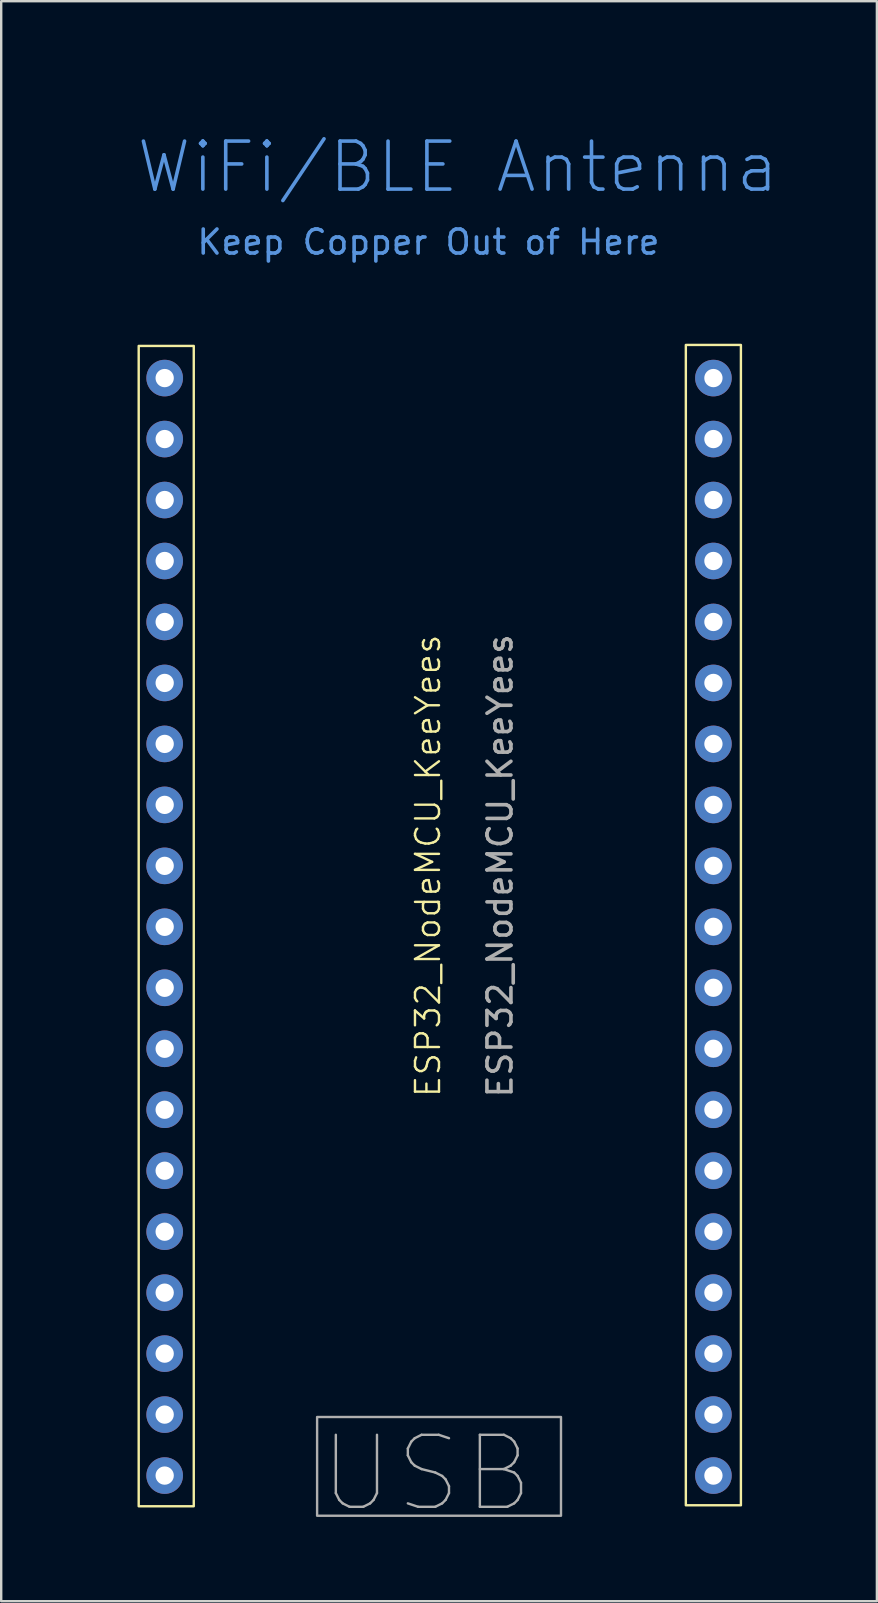
<source format=kicad_pcb>
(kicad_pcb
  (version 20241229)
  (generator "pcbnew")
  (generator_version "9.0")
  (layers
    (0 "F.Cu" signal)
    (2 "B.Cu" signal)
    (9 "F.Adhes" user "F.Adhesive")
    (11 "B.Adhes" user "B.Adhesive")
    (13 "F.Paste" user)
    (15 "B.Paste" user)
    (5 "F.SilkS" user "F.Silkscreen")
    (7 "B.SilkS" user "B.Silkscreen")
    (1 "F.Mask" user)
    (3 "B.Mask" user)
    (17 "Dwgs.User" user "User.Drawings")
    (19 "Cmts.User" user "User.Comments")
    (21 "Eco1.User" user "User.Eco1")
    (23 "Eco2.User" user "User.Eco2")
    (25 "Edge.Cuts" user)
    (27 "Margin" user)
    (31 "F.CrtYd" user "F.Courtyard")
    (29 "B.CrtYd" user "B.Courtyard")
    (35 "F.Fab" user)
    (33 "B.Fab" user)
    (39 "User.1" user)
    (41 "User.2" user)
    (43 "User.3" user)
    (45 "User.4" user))
  (footprint "ESP32_NodeMCU_KeeYees"
    (layer "F.Cu")
    (at 15.24 33.02)
    (property "Reference" "ESP32_NodeMCU_KeeYees" (at -0.46 0 90) (unlocked yes) (layer "F.SilkS") (effects (font (size 1 1) (thickness 0.1))))
    (attr through_hole)
    (fp_rect (start -12.512 -21.66) (end -10.218 26.678) (stroke (width 0.1) (type default)) (fill no) (layer "F.SilkS"))
    (fp_rect (start 10.281 -21.7) (end 12.575 26.638) (stroke (width 0.1) (type default)) (fill no) (layer "F.SilkS"))
    (fp_rect (start -5.08 22.96) (end 5.08 27.073) (stroke (width 0.1) (type default)) (fill no) (layer "F.Fab"))
    (fp_text user "Keep Copper Out of Here" (at -10.16 -25.4 0) (unlocked yes) (layer "Cmts.User") (effects (font (size 1 1) (thickness 0.15)) (justify left bottom)))
    (fp_text user "WiFi/BLE Antenna" (at -12.7 -27.94 0) (unlocked yes) (layer "Cmts.User") (effects (font (size 2 2) (thickness 0.15)) (justify left bottom)))
    (fp_text user "USB" (at -5.08 27.073 0) (unlocked yes) (layer "F.Fab") (effects (font (size 3 3) (thickness 0.1)) (justify left bottom)))
    (fp_text user "${REFERENCE}" (at 2.54 0 90) (unlocked yes) (layer "F.Fab") (effects (font (size 1 1) (thickness 0.15))))
    (pad "1" thru_hole circle (at -11.43 -20.32) (size 1.524 1.524) (drill 0.762) (layers "*.Cu" "*.Mask"))
    (pad "2" thru_hole circle (at -11.43 -17.78) (size 1.524 1.524) (drill 0.762) (layers "*.Cu" "*.Mask"))
    (pad "3" thru_hole circle (at -11.43 -15.24) (size 1.524 1.524) (drill 0.762) (layers "*.Cu" "*.Mask"))
    (pad "4" thru_hole circle (at -11.43 -12.7) (size 1.524 1.524) (drill 0.762) (layers "*.Cu" "*.Mask"))
    (pad "5" thru_hole circle (at -11.43 -10.16) (size 1.524 1.524) (drill 0.762) (layers "*.Cu" "*.Mask"))
    (pad "6" thru_hole circle (at -11.43 -7.62) (size 1.524 1.524) (drill 0.762) (layers "*.Cu" "*.Mask"))
    (pad "7" thru_hole circle (at -11.43 -5.08) (size 1.524 1.524) (drill 0.762) (layers "*.Cu" "*.Mask"))
    (pad "8" thru_hole circle (at -11.43 -2.54) (size 1.524 1.524) (drill 0.762) (layers "*.Cu" "*.Mask"))
    (pad "9" thru_hole circle (at -11.43 0) (size 1.524 1.524) (drill 0.762) (layers "*.Cu" "*.Mask"))
    (pad "10" thru_hole circle (at -11.43 2.54) (size 1.524 1.524) (drill 0.762) (layers "*.Cu" "*.Mask"))
    (pad "11" thru_hole circle (at -11.43 5.08) (size 1.524 1.524) (drill 0.762) (layers "*.Cu" "*.Mask"))
    (pad "12" thru_hole circle (at -11.43 7.62) (size 1.524 1.524) (drill 0.762) (layers "*.Cu" "*.Mask"))
    (pad "13" thru_hole circle (at -11.43 10.16) (size 1.524 1.524) (drill 0.762) (layers "*.Cu" "*.Mask"))
    (pad "14" thru_hole circle (at -11.43 12.7) (size 1.524 1.524) (drill 0.762) (layers "*.Cu" "*.Mask"))
    (pad "15" thru_hole circle (at -11.43 15.24) (size 1.524 1.524) (drill 0.762) (layers "*.Cu" "*.Mask"))
    (pad "16" thru_hole circle (at -11.43 17.78) (size 1.524 1.524) (drill 0.762) (layers "*.Cu" "*.Mask"))
    (pad "17" thru_hole circle (at -11.43 20.32) (size 1.524 1.524) (drill 0.762) (layers "*.Cu" "*.Mask"))
    (pad "18" thru_hole circle (at -11.43 22.86) (size 1.524 1.524) (drill 0.762) (layers "*.Cu" "*.Mask"))
    (pad "19" thru_hole circle (at -11.43 25.4) (size 1.524 1.524) (drill 0.762) (layers "*.Cu" "*.Mask"))
    (pad "20" thru_hole circle (at 11.43 25.4) (size 1.524 1.524) (drill 0.762) (layers "*.Cu" "*.Mask"))
    (pad "21" thru_hole circle (at 11.43 22.86) (size 1.524 1.524) (drill 0.762) (layers "*.Cu" "*.Mask"))
    (pad "22" thru_hole circle (at 11.43 20.32) (size 1.524 1.524) (drill 0.762) (layers "*.Cu" "*.Mask"))
    (pad "23" thru_hole circle (at 11.43 17.78) (size 1.524 1.524) (drill 0.762) (layers "*.Cu" "*.Mask"))
    (pad "24" thru_hole circle (at 11.43 15.24) (size 1.524 1.524) (drill 0.762) (layers "*.Cu" "*.Mask"))
    (pad "25" thru_hole circle (at 11.43 12.7) (size 1.524 1.524) (drill 0.762) (layers "*.Cu" "*.Mask"))
    (pad "26" thru_hole circle (at 11.43 10.16) (size 1.524 1.524) (drill 0.762) (layers "*.Cu" "*.Mask"))
    (pad "27" thru_hole circle (at 11.43 7.62) (size 1.524 1.524) (drill 0.762) (layers "*.Cu" "*.Mask"))
    (pad "28" thru_hole circle (at 11.43 5.08) (size 1.524 1.524) (drill 0.762) (layers "*.Cu" "*.Mask"))
    (pad "29" thru_hole circle (at 11.43 2.54) (size 1.524 1.524) (drill 0.762) (layers "*.Cu" "*.Mask"))
    (pad "30" thru_hole circle (at 11.43 0) (size 1.524 1.524) (drill 0.762) (layers "*.Cu" "*.Mask"))
    (pad "31" thru_hole circle (at 11.43 -2.54) (size 1.524 1.524) (drill 0.762) (layers "*.Cu" "*.Mask"))
    (pad "32" thru_hole circle (at 11.43 -5.08) (size 1.524 1.524) (drill 0.762) (layers "*.Cu" "*.Mask"))
    (pad "33" thru_hole circle (at 11.43 -7.62) (size 1.524 1.524) (drill 0.762) (layers "*.Cu" "*.Mask"))
    (pad "34" thru_hole circle (at 11.43 -10.16) (size 1.524 1.524) (drill 0.762) (layers "*.Cu" "*.Mask"))
    (pad "35" thru_hole circle (at 11.43 -12.7) (size 1.524 1.524) (drill 0.762) (layers "*.Cu" "*.Mask"))
    (pad "36" thru_hole circle (at 11.43 -15.24) (size 1.524 1.524) (drill 0.762) (layers "*.Cu" "*.Mask"))
    (pad "37" thru_hole circle (at 11.43 -17.78) (size 1.524 1.524) (drill 0.762) (layers "*.Cu" "*.Mask"))
    (pad "38" thru_hole circle (at 11.43 -20.32) (size 1.524 1.524) (drill 0.762) (layers "*.Cu" "*.Mask"))
    (zone (net_name "") (layers "F.Cu" "B.Cu") (hatch edge 0.5) (connect_pads) (min_thickness 0.25) (filled_areas_thickness no) (keepout (tracks not_allowed) (vias not_allowed) (pads not_allowed) (copperpour allowed) (footprints allowed)) (placement (enabled no)) (fill) (polygon (pts (xy 7.62 17.78) (xy 22.86 17.78) (xy 22.86 10.16) (xy 30.48 10.16) (xy 30.48 0) (xy 0 0) (xy 0 10.16) (xy 7.62 10.16)))))
  (gr_rect
    (start -3 -3)
    (end 33.48 63.654)
    (stroke (width 0.1) (type default))
    (fill no)
    (layer "Edge.Cuts")))
</source>
